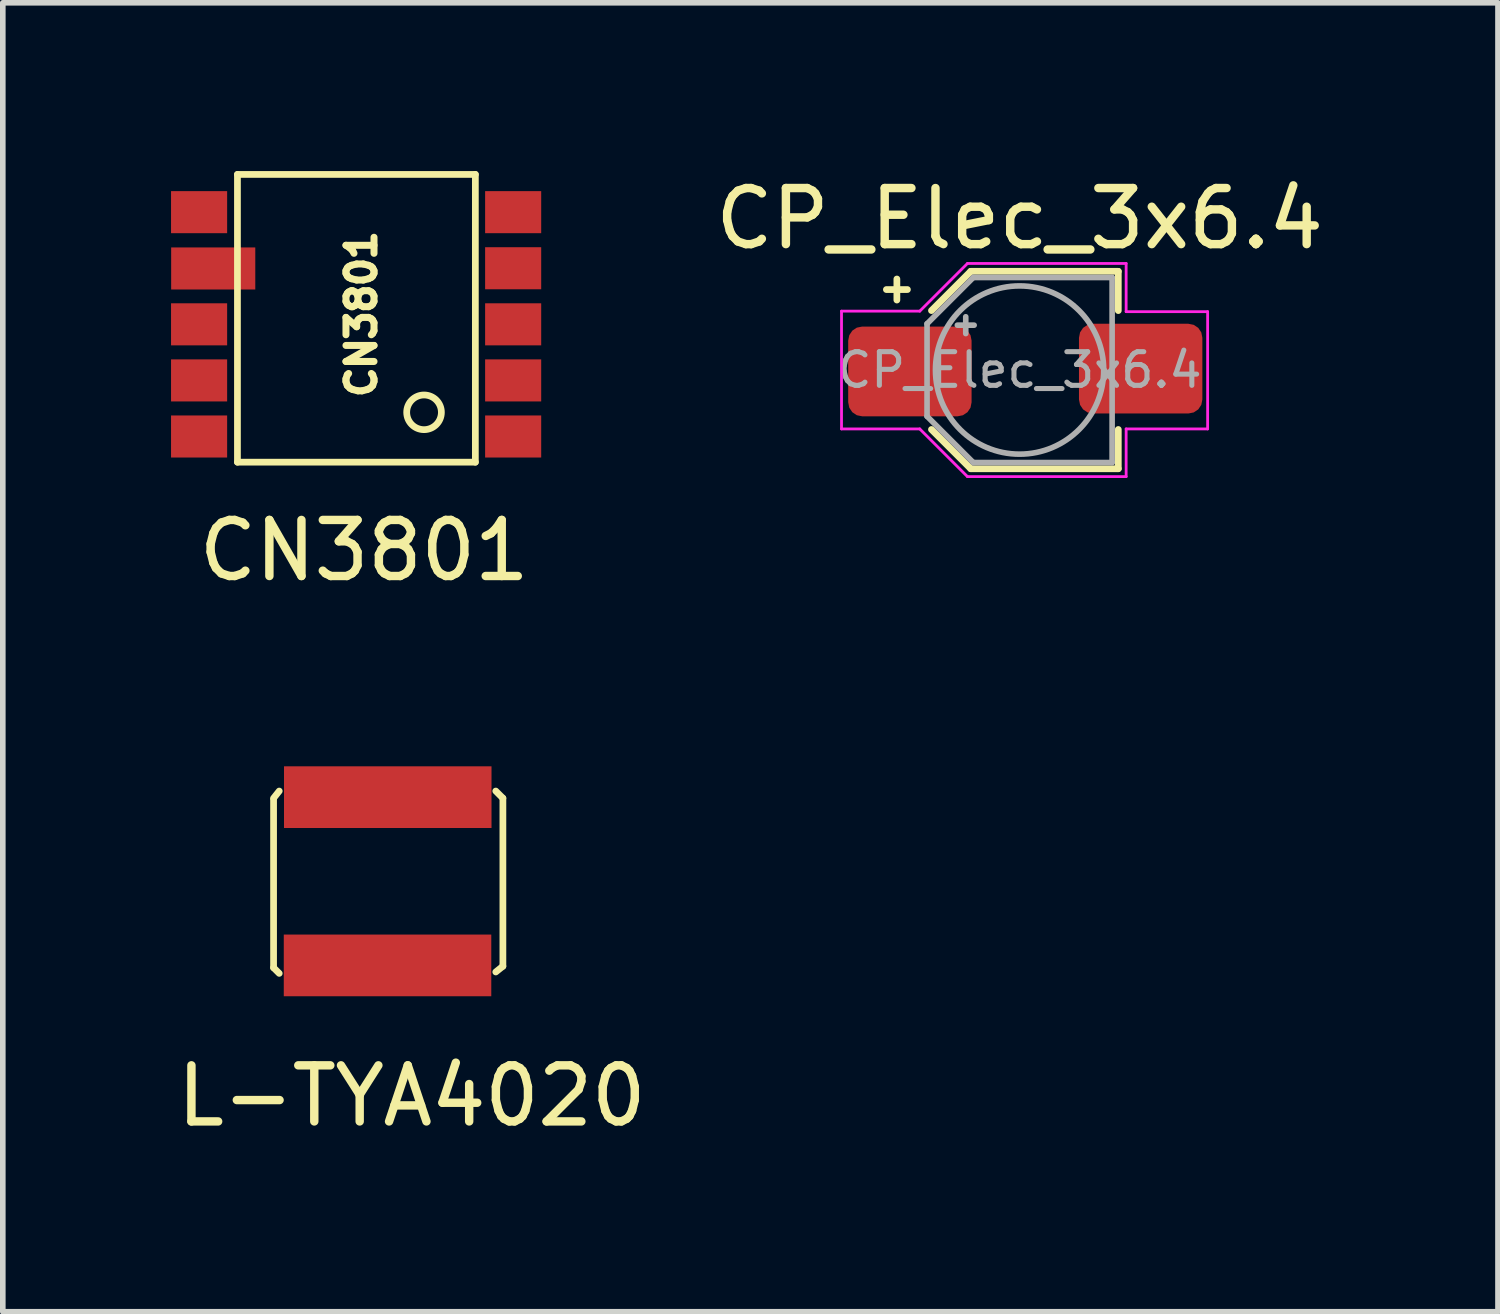
<source format=kicad_pcb>
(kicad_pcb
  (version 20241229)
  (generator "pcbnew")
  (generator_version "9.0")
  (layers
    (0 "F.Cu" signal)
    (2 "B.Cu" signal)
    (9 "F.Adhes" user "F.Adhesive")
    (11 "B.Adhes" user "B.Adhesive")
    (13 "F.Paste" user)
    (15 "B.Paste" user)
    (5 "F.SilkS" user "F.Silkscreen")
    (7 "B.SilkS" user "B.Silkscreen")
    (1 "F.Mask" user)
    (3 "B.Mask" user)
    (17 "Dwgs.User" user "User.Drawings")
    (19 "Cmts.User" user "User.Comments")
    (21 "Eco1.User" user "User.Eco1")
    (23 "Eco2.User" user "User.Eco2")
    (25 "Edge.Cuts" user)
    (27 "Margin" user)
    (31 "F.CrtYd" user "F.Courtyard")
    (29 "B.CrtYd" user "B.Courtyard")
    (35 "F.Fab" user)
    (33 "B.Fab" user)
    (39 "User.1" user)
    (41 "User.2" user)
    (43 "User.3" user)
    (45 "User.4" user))
  (footprint "L-TYA4020"
    (layer "F.Cu")
    (at 5.714 13.214)
    (property "Reference" "L-TYA4020" (at -1.422 3.277 0) (layer "F.SilkS") (effects (font (size 1 1) (thickness 0.15))))
    (attr through_hole)
    (fp_line (start -3.886 -2.007) (end -3.886 0.991) (stroke (width 0.12) (type solid)) (layer "F.SilkS"))
    (fp_line (start -3.886 0.991) (end -3.785 1.092) (stroke (width 0.12) (type solid)) (layer "F.SilkS"))
    (fp_line (start -3.785 -2.159) (end -3.886 -2.032) (stroke (width 0.12) (type solid)) (layer "F.SilkS"))
    (fp_line (start 0.076 -2.159) (end 0.203 -2.032) (stroke (width 0.12) (type solid)) (layer "F.SilkS"))
    (fp_line (start 0.203 -2.032) (end 0.203 0.965) (stroke (width 0.12) (type solid)) (layer "F.SilkS"))
    (fp_line (start 0.203 0.965) (end 0.076 1.067) (stroke (width 0.12) (type solid)) (layer "F.SilkS"))
    (pad "1" smd rect (at -1.85 -2.05) (size 3.7 1.1) (layers "F.Cu" "F.Mask" "F.Paste"))
    (pad "2" smd rect (at -1.854 0.95) (size 3.7 1.1) (layers "F.Cu" "F.Mask" "F.Paste")))
  (footprint "CN3801"
    (layer "F.Cu")
    (at 3.8 3.083)
    (property "Reference" "CN3801" (at -0.356 3.683 0) (layer "F.SilkS") (effects (font (size 1 1) (thickness 0.15))))
    (attr through_hole)
    (fp_line (start -2.616 -3.023) (end -2.616 2.108) (stroke (width 0.12) (type solid)) (layer "F.SilkS"))
    (fp_line (start -2.616 2.108) (end 1.626 2.108) (stroke (width 0.12) (type solid)) (layer "F.SilkS"))
    (fp_line (start 1.626 -3.023) (end -2.616 -3.023) (stroke (width 0.12) (type solid)) (layer "F.SilkS"))
    (fp_line (start 1.626 2.108) (end 1.626 -3.023) (stroke (width 0.12) (type solid)) (layer "F.SilkS"))
    (fp_circle (center 0.711 1.219) (end 0.762 1.524) (stroke (width 0.12) (type solid)) (fill no) (layer "F.SilkS"))
    (fp_text user "CN3801" (at -0.406 -0.533 90) (layer "F.SilkS") (effects (font (size 0.5 0.5) (thickness 0.125))))
    (pad "1" smd rect (at -3.3 -2.35) (size 1 0.75) (layers "F.Cu" "F.Mask" "F.Paste"))
    (pad "2" smd rect (at -3.048 -1.346) (size 1.5 0.75) (layers "F.Cu" "F.Mask" "F.Paste"))
    (pad "3" smd rect (at -3.3 -0.35) (size 1 0.75) (layers "F.Cu" "F.Mask" "F.Paste"))
    (pad "4" smd rect (at -3.3 0.65) (size 1 0.75) (layers "F.Cu" "F.Mask" "F.Paste"))
    (pad "5" smd rect (at -3.3 1.65) (size 1 0.75) (layers "F.Cu" "F.Mask" "F.Paste"))
    (pad "6" smd rect (at 2.3 1.65) (size 1 0.75) (layers "F.Cu" "F.Mask" "F.Paste"))
    (pad "7" smd rect (at 2.3 0.65) (size 1 0.75) (layers "F.Cu" "F.Mask" "F.Paste"))
    (pad "8" smd rect (at 2.3 -0.35) (size 1 0.75) (layers "F.Cu" "F.Mask" "F.Paste"))
    (pad "9" smd rect (at 2.3 -1.35) (size 1 0.75) (layers "F.Cu" "F.Mask" "F.Paste"))
    (pad "10" smd rect (at 2.3 -2.35) (size 1 0.75) (layers "F.Cu" "F.Mask" "F.Paste")))
  (footprint "CP_Elec_3x6.4"
    (layer "F.Cu")
    (at 15.13 3.548)
    (property "Reference" "CP_Elec_3x6.4" (at 0 -2.7 0) (layer "F.SilkS") (effects (font (size 1 1) (thickness 0.15))))
    (attr smd)
    (fp_line (start -2.375 -1.435) (end -2 -1.435) (stroke (width 0.12) (type solid)) (layer "F.SilkS"))
    (fp_line (start -2.188 -1.623) (end -2.188 -1.248) (stroke (width 0.12) (type solid)) (layer "F.SilkS"))
    (fp_line (start -1.571 -1.06) (end -0.871 -1.76) (stroke (width 0.12) (type solid)) (layer "F.SilkS"))
    (fp_line (start -1.571 1.06) (end -0.871 1.76) (stroke (width 0.12) (type solid)) (layer "F.SilkS"))
    (fp_line (start -0.871 -1.76) (end 1.76 -1.76) (stroke (width 0.12) (type solid)) (layer "F.SilkS"))
    (fp_line (start -0.871 1.76) (end 1.76 1.76) (stroke (width 0.12) (type solid)) (layer "F.SilkS"))
    (fp_line (start 1.76 -1.76) (end 1.76 -1.06) (stroke (width 0.12) (type solid)) (layer "F.SilkS"))
    (fp_line (start 1.76 1.76) (end 1.76 1.06) (stroke (width 0.12) (type solid)) (layer "F.SilkS"))
    (fp_line (start -3.175 -1.05) (end -3.175 1.05) (stroke (width 0.05) (type solid)) (layer "F.CrtYd"))
    (fp_line (start -3.175 1.05) (end -1.78 1.05) (stroke (width 0.05) (type solid)) (layer "F.CrtYd"))
    (fp_line (start -1.78 -1.05) (end -3.175 -1.05) (stroke (width 0.05) (type solid)) (layer "F.CrtYd"))
    (fp_line (start -1.78 -1.05) (end -0.93 -1.9) (stroke (width 0.05) (type solid)) (layer "F.CrtYd"))
    (fp_line (start -1.78 1.05) (end -0.93 1.9) (stroke (width 0.05) (type solid)) (layer "F.CrtYd"))
    (fp_line (start -0.93 -1.9) (end 1.9 -1.9) (stroke (width 0.05) (type solid)) (layer "F.CrtYd"))
    (fp_line (start -0.93 1.9) (end 1.9 1.9) (stroke (width 0.05) (type solid)) (layer "F.CrtYd"))
    (fp_line (start 1.9 -1.9) (end 1.9 -1.041) (stroke (width 0.05) (type solid)) (layer "F.CrtYd"))
    (fp_line (start 1.9 -1.041) (end 3.353 -1.041) (stroke (width 0.05) (type solid)) (layer "F.CrtYd"))
    (fp_line (start 1.9 1.05) (end 1.9 1.9) (stroke (width 0.05) (type solid)) (layer "F.CrtYd"))
    (fp_line (start 3.353 -1.041) (end 3.353 1.05) (stroke (width 0.05) (type solid)) (layer "F.CrtYd"))
    (fp_line (start 3.353 1.05) (end 1.9 1.05) (stroke (width 0.05) (type solid)) (layer "F.CrtYd"))
    (fp_line (start -1.65 -0.825) (end -1.65 0.825) (stroke (width 0.1) (type solid)) (layer "F.Fab"))
    (fp_line (start -1.65 -0.825) (end -0.825 -1.65) (stroke (width 0.1) (type solid)) (layer "F.Fab"))
    (fp_line (start -1.65 0.825) (end -0.825 1.65) (stroke (width 0.1) (type solid)) (layer "F.Fab"))
    (fp_line (start -1.11 -0.8) (end -0.81 -0.8) (stroke (width 0.1) (type solid)) (layer "F.Fab"))
    (fp_line (start -0.96 -0.95) (end -0.96 -0.65) (stroke (width 0.1) (type solid)) (layer "F.Fab"))
    (fp_line (start -0.825 -1.65) (end 1.65 -1.65) (stroke (width 0.1) (type solid)) (layer "F.Fab"))
    (fp_line (start -0.825 1.65) (end 1.65 1.65) (stroke (width 0.1) (type solid)) (layer "F.Fab"))
    (fp_line (start 1.65 -1.65) (end 1.65 1.65) (stroke (width 0.1) (type solid)) (layer "F.Fab"))
    (fp_circle (center 0 0) (end 1.5 0) (stroke (width 0.1) (type solid)) (fill no) (layer "F.Fab"))
    (fp_text user "${REFERENCE}" (at 0 0 0) (layer "F.Fab") (effects (font (size 0.6 0.6) (thickness 0.09))))
    (pad "1" smd roundrect (at -1.956 0.025) (size 2.2 1.6) (layers "F.Cu" "F.Mask" "F.Paste") (roundrect_rratio 0.156))
    (pad "2" smd roundrect (at 2.159 -0.025) (size 2.2 1.6) (layers "F.Cu" "F.Mask" "F.Paste") (roundrect_rratio 0.156)))
  (gr_rect
    (start -3 -3)
    (end 23.66 20.339)
    (stroke (width 0.1) (type default))
    (fill no)
    (layer "Edge.Cuts")))
</source>
